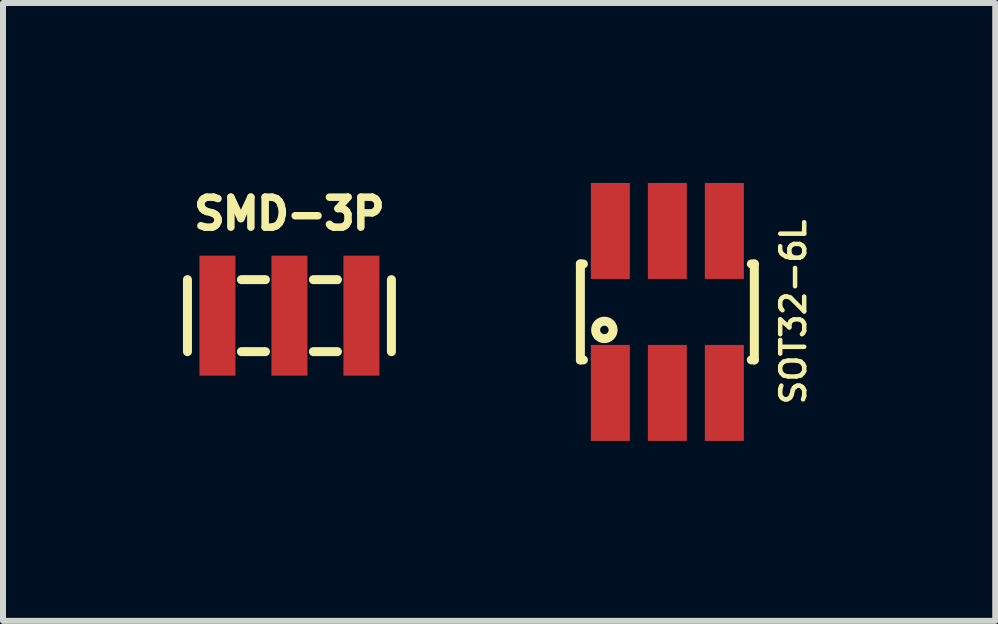
<source format=kicad_pcb>
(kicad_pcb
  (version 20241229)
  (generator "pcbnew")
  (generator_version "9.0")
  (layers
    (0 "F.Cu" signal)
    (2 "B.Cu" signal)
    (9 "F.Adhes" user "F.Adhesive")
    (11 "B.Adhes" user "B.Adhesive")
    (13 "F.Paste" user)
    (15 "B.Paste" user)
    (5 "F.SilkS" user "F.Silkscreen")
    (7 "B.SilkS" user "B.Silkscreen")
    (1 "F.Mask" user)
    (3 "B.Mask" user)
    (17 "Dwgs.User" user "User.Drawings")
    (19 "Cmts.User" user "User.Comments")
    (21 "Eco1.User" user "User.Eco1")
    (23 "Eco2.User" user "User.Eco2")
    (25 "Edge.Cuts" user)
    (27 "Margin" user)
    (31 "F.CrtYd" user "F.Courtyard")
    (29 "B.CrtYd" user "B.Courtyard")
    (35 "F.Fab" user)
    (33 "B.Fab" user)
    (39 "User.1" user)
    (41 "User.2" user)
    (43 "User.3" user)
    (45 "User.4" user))
  (footprint "SMD-3P"
    (layer "F.Cu")
    (at 1.775 2.212)
    (property "Reference" "SMD-3P" (at 0 -1.7 0) (layer "F.SilkS") (effects (font (size 0.5 0.5) (thickness 0.125))))
    (attr through_hole)
    (fp_line (start -1.7 0.6) (end -1.7 -0.6) (stroke (width 0.15) (type solid)) (layer "F.SilkS"))
    (fp_line (start -0.4 -0.6) (end -0.8 -0.6) (stroke (width 0.15) (type solid)) (layer "F.SilkS"))
    (fp_line (start -0.4 0.6) (end -0.8 0.6) (stroke (width 0.15) (type solid)) (layer "F.SilkS"))
    (fp_line (start 0.4 0.6) (end 0.8 0.6) (stroke (width 0.15) (type solid)) (layer "F.SilkS"))
    (fp_line (start 0.8 -0.6) (end 0.4 -0.6) (stroke (width 0.15) (type solid)) (layer "F.SilkS"))
    (fp_line (start 1.7 -0.6) (end 1.7 0.6) (stroke (width 0.15) (type solid)) (layer "F.SilkS"))
    (pad "1" smd rect (at -1.2 0) (size 0.6 2) (layers "F.Cu" "F.Mask" "F.Paste"))
    (pad "2" smd rect (at 1.2 0) (size 0.6 2) (layers "F.Cu" "F.Mask" "F.Paste"))
    (pad "3" smd rect (at 0 0) (size 0.6 2) (layers "F.Cu" "F.Mask" "F.Paste")))
  (footprint "SOT32-6L"
    (layer "F.Cu")
    (at 8.075 2.15)
    (property "Reference" "SOT32-6L" (at 2.1 0 90) (layer "F.SilkS") (effects (font (size 0.4 0.4) (thickness 0.075))))
    (attr through_hole)
    (fp_line (start -1.45 -0.8) (end -1.4 -0.8) (stroke (width 0.15) (type solid)) (layer "F.SilkS"))
    (fp_line (start -1.45 0.8) (end -1.45 -0.8) (stroke (width 0.15) (type solid)) (layer "F.SilkS"))
    (fp_line (start -1.45 0.8) (end -1.4 0.8) (stroke (width 0.15) (type solid)) (layer "F.SilkS"))
    (fp_line (start 1.4 -0.8) (end 1.45 -0.8) (stroke (width 0.15) (type solid)) (layer "F.SilkS"))
    (fp_line (start 1.45 -0.8) (end 1.45 0.8) (stroke (width 0.15) (type solid)) (layer "F.SilkS"))
    (fp_line (start 1.45 0.8) (end 1.4 0.8) (stroke (width 0.15) (type solid)) (layer "F.SilkS"))
    (fp_circle (center -1.05 0.3) (end -1 0.25) (stroke (width 0.15) (type solid)) (fill no) (layer "F.SilkS"))
    (pad "1" smd rect (at -0.95 1.35) (size 0.65 1.6) (layers "F.Cu" "F.Mask" "F.Paste"))
    (pad "2" smd rect (at 0 1.35) (size 0.65 1.6) (layers "F.Cu" "F.Mask" "F.Paste"))
    (pad "3" smd rect (at 0.95 1.35) (size 0.65 1.6) (layers "F.Cu" "F.Mask" "F.Paste"))
    (pad "4" smd rect (at 0.95 -1.35) (size 0.65 1.6) (layers "F.Cu" "F.Mask" "F.Paste"))
    (pad "5" smd rect (at 0 -1.35) (size 0.65 1.6) (layers "F.Cu" "F.Mask" "F.Paste"))
    (pad "6" smd rect (at -0.95 -1.35) (size 0.65 1.6) (layers "F.Cu" "F.Mask" "F.Paste")))
  (gr_rect
    (start -3 -3)
    (end 13.541 7.3)
    (stroke (width 0.1) (type default))
    (fill no)
    (layer "Edge.Cuts")))
</source>
